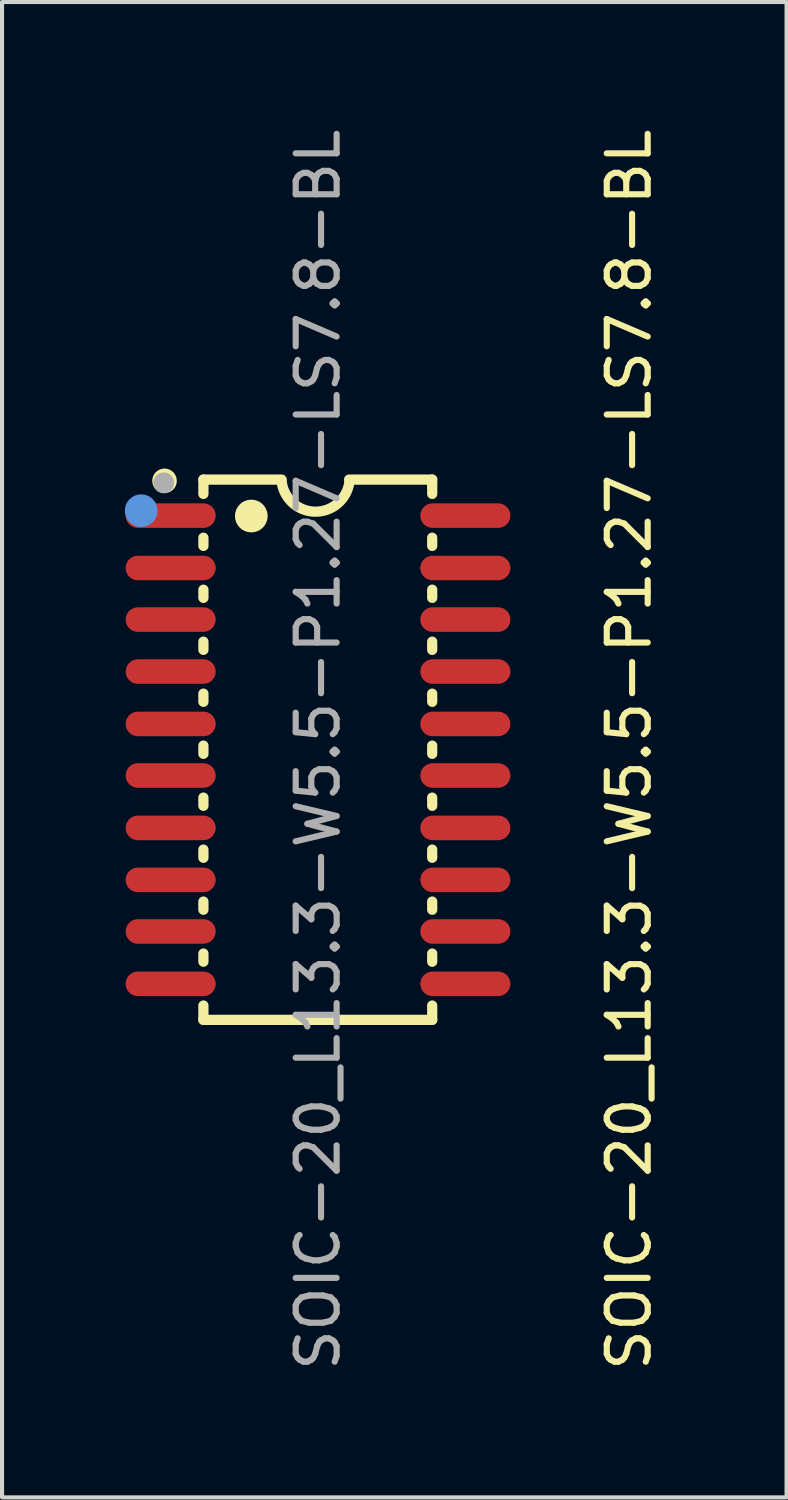
<source format=kicad_pcb>
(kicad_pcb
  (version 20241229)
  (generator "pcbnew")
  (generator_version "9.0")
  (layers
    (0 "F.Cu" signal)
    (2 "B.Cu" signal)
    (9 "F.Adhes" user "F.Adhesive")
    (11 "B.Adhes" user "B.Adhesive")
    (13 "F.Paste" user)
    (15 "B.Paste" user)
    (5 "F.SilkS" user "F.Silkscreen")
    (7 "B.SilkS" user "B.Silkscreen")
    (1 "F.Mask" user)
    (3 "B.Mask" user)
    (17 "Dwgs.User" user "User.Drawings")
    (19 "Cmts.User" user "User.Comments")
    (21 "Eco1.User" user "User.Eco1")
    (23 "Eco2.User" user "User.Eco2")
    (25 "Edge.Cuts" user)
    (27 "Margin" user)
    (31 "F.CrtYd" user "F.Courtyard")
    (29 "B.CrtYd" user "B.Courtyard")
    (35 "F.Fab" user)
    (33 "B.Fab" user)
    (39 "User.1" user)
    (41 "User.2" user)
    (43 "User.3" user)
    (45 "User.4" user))
  (footprint "SOIC-20_L13.3-W5.5-P1.27-LS7.8-BL"
    (layer "F.Cu")
    (at 4.72 15.268)
    (property "Reference" "SOIC-20_L13.3-W5.5-P1.27-LS7.8-BL" (at 7.6 0 270) (layer "F.SilkS") (effects (font (size 1 1) (thickness 0.15))))
    (attr smd)
    (fp_line (start -2.8 -6.6) (end -0.89 -6.6) (stroke (width 0.25) (type solid)) (layer "F.SilkS"))
    (fp_line (start -2.8 -6.25) (end -2.8 -6.6) (stroke (width 0.25) (type solid)) (layer "F.SilkS"))
    (fp_line (start -2.8 -4.98) (end -2.8 -5.18) (stroke (width 0.25) (type solid)) (layer "F.SilkS"))
    (fp_line (start -2.8 -3.71) (end -2.8 -3.91) (stroke (width 0.25) (type solid)) (layer "F.SilkS"))
    (fp_line (start -2.8 -2.44) (end -2.8 -2.64) (stroke (width 0.25) (type solid)) (layer "F.SilkS"))
    (fp_line (start -2.8 -1.17) (end -2.8 -1.37) (stroke (width 0.25) (type solid)) (layer "F.SilkS"))
    (fp_line (start -2.8 0.1) (end -2.8 -0.1) (stroke (width 0.25) (type solid)) (layer "F.SilkS"))
    (fp_line (start -2.8 1.37) (end -2.8 1.17) (stroke (width 0.25) (type solid)) (layer "F.SilkS"))
    (fp_line (start -2.8 2.64) (end -2.8 2.44) (stroke (width 0.25) (type solid)) (layer "F.SilkS"))
    (fp_line (start -2.8 3.91) (end -2.8 3.71) (stroke (width 0.25) (type solid)) (layer "F.SilkS"))
    (fp_line (start -2.8 5.18) (end -2.8 4.98) (stroke (width 0.25) (type solid)) (layer "F.SilkS"))
    (fp_line (start -2.8 6.6) (end -2.8 6.25) (stroke (width 0.25) (type solid)) (layer "F.SilkS"))
    (fp_line (start 0.76 -6.6) (end 2.79 -6.6) (stroke (width 0.25) (type solid)) (layer "F.SilkS"))
    (fp_line (start 2.79 -6.6) (end 2.79 -6.25) (stroke (width 0.25) (type solid)) (layer "F.SilkS"))
    (fp_line (start 2.79 -5.18) (end 2.79 -4.98) (stroke (width 0.25) (type solid)) (layer "F.SilkS"))
    (fp_line (start 2.79 -3.91) (end 2.79 -3.71) (stroke (width 0.25) (type solid)) (layer "F.SilkS"))
    (fp_line (start 2.79 -2.64) (end 2.79 -2.44) (stroke (width 0.25) (type solid)) (layer "F.SilkS"))
    (fp_line (start 2.79 -1.37) (end 2.79 -1.17) (stroke (width 0.25) (type solid)) (layer "F.SilkS"))
    (fp_line (start 2.79 -0.1) (end 2.79 0.1) (stroke (width 0.25) (type solid)) (layer "F.SilkS"))
    (fp_line (start 2.79 1.17) (end 2.79 1.37) (stroke (width 0.25) (type solid)) (layer "F.SilkS"))
    (fp_line (start 2.79 2.44) (end 2.79 2.64) (stroke (width 0.25) (type solid)) (layer "F.SilkS"))
    (fp_line (start 2.79 3.71) (end 2.79 3.91) (stroke (width 0.25) (type solid)) (layer "F.SilkS"))
    (fp_line (start 2.79 4.98) (end 2.79 5.18) (stroke (width 0.25) (type solid)) (layer "F.SilkS"))
    (fp_line (start 2.79 6.25) (end 2.79 6.6) (stroke (width 0.25) (type solid)) (layer "F.SilkS"))
    (fp_line (start 2.79 6.6) (end -2.8 6.6) (stroke (width 0.25) (type solid)) (layer "F.SilkS"))
    (fp_arc (start -3.75 -6.57) (mid -3.75 -6.57) (end -3.75 -6.57) (stroke (width 0.3) (type solid)) (layer "F.SilkS"))
    (fp_arc (start -1.63 -5.71) (mid -1.63 -5.71) (end -1.63 -5.71) (stroke (width 0.4) (type solid)) (layer "F.SilkS"))
    (fp_arc (start 0.767623 -6.548314) (mid -0.070908 -5.816225) (end -0.89 -6.57) (stroke (width 0.25) (type solid)) (layer "F.SilkS"))
    (fp_circle (center -4.32 -5.84) (end -4.32 -5.64) (stroke (width 0.4) (type solid)) (fill no) (layer "Cmts.User"))
    (fp_circle (center -3.77 -6.52) (end -3.77 -6.39) (stroke (width 0.25) (type solid)) (fill no) (layer "F.Fab"))
    (fp_text user "${REFERENCE}" (at 0 0 270) (layer "F.Fab") (effects (font (size 1 1) (thickness 0.15))))
    (pad "1" smd oval (at -3.6 -5.72 270) (size 0.6 2.2) (layers "F.Cu" "F.Mask" "F.Paste"))
    (pad "2" smd oval (at -3.6 -4.44 270) (size 0.6 2.2) (layers "F.Cu" "F.Mask" "F.Paste"))
    (pad "3" smd oval (at -3.6 -3.18 270) (size 0.6 2.2) (layers "F.Cu" "F.Mask" "F.Paste"))
    (pad "4" smd oval (at -3.6 -1.91 270) (size 0.6 2.2) (layers "F.Cu" "F.Mask" "F.Paste"))
    (pad "5" smd oval (at -3.6 -0.63 270) (size 0.6 2.2) (layers "F.Cu" "F.Mask" "F.Paste"))
    (pad "6" smd oval (at -3.6 0.63 270) (size 0.6 2.2) (layers "F.Cu" "F.Mask" "F.Paste"))
    (pad "7" smd oval (at -3.6 1.91 270) (size 0.6 2.2) (layers "F.Cu" "F.Mask" "F.Paste"))
    (pad "8" smd oval (at -3.6 3.18 270) (size 0.6 2.2) (layers "F.Cu" "F.Mask" "F.Paste"))
    (pad "9" smd oval (at -3.6 4.44 270) (size 0.6 2.2) (layers "F.Cu" "F.Mask" "F.Paste"))
    (pad "10" smd oval (at -3.6 5.72 270) (size 0.6 2.2) (layers "F.Cu" "F.Mask" "F.Paste"))
    (pad "11" smd oval (at 3.6 5.72 90) (size 0.6 2.2) (layers "F.Cu" "F.Mask" "F.Paste"))
    (pad "12" smd oval (at 3.6 4.44 90) (size 0.6 2.2) (layers "F.Cu" "F.Mask" "F.Paste"))
    (pad "13" smd oval (at 3.6 3.18 90) (size 0.6 2.2) (layers "F.Cu" "F.Mask" "F.Paste"))
    (pad "14" smd oval (at 3.6 1.91 90) (size 0.6 2.2) (layers "F.Cu" "F.Mask" "F.Paste"))
    (pad "15" smd oval (at 3.6 0.63 90) (size 0.6 2.2) (layers "F.Cu" "F.Mask" "F.Paste"))
    (pad "16" smd oval (at 3.6 -0.63 90) (size 0.6 2.2) (layers "F.Cu" "F.Mask" "F.Paste"))
    (pad "17" smd oval (at 3.6 -1.91 90) (size 0.6 2.2) (layers "F.Cu" "F.Mask" "F.Paste"))
    (pad "18" smd oval (at 3.6 -3.18 90) (size 0.6 2.2) (layers "F.Cu" "F.Mask" "F.Paste"))
    (pad "19" smd oval (at 3.6 -4.44 90) (size 0.6 2.2) (layers "F.Cu" "F.Mask" "F.Paste"))
    (pad "20" smd oval (at 3.6 -5.72 90) (size 0.6 2.2) (layers "F.Cu" "F.Mask" "F.Paste")))
  (gr_rect
    (start -3 -3)
    (end 16.168 33.536)
    (stroke (width 0.1) (type default))
    (fill no)
    (layer "Edge.Cuts")))
</source>
